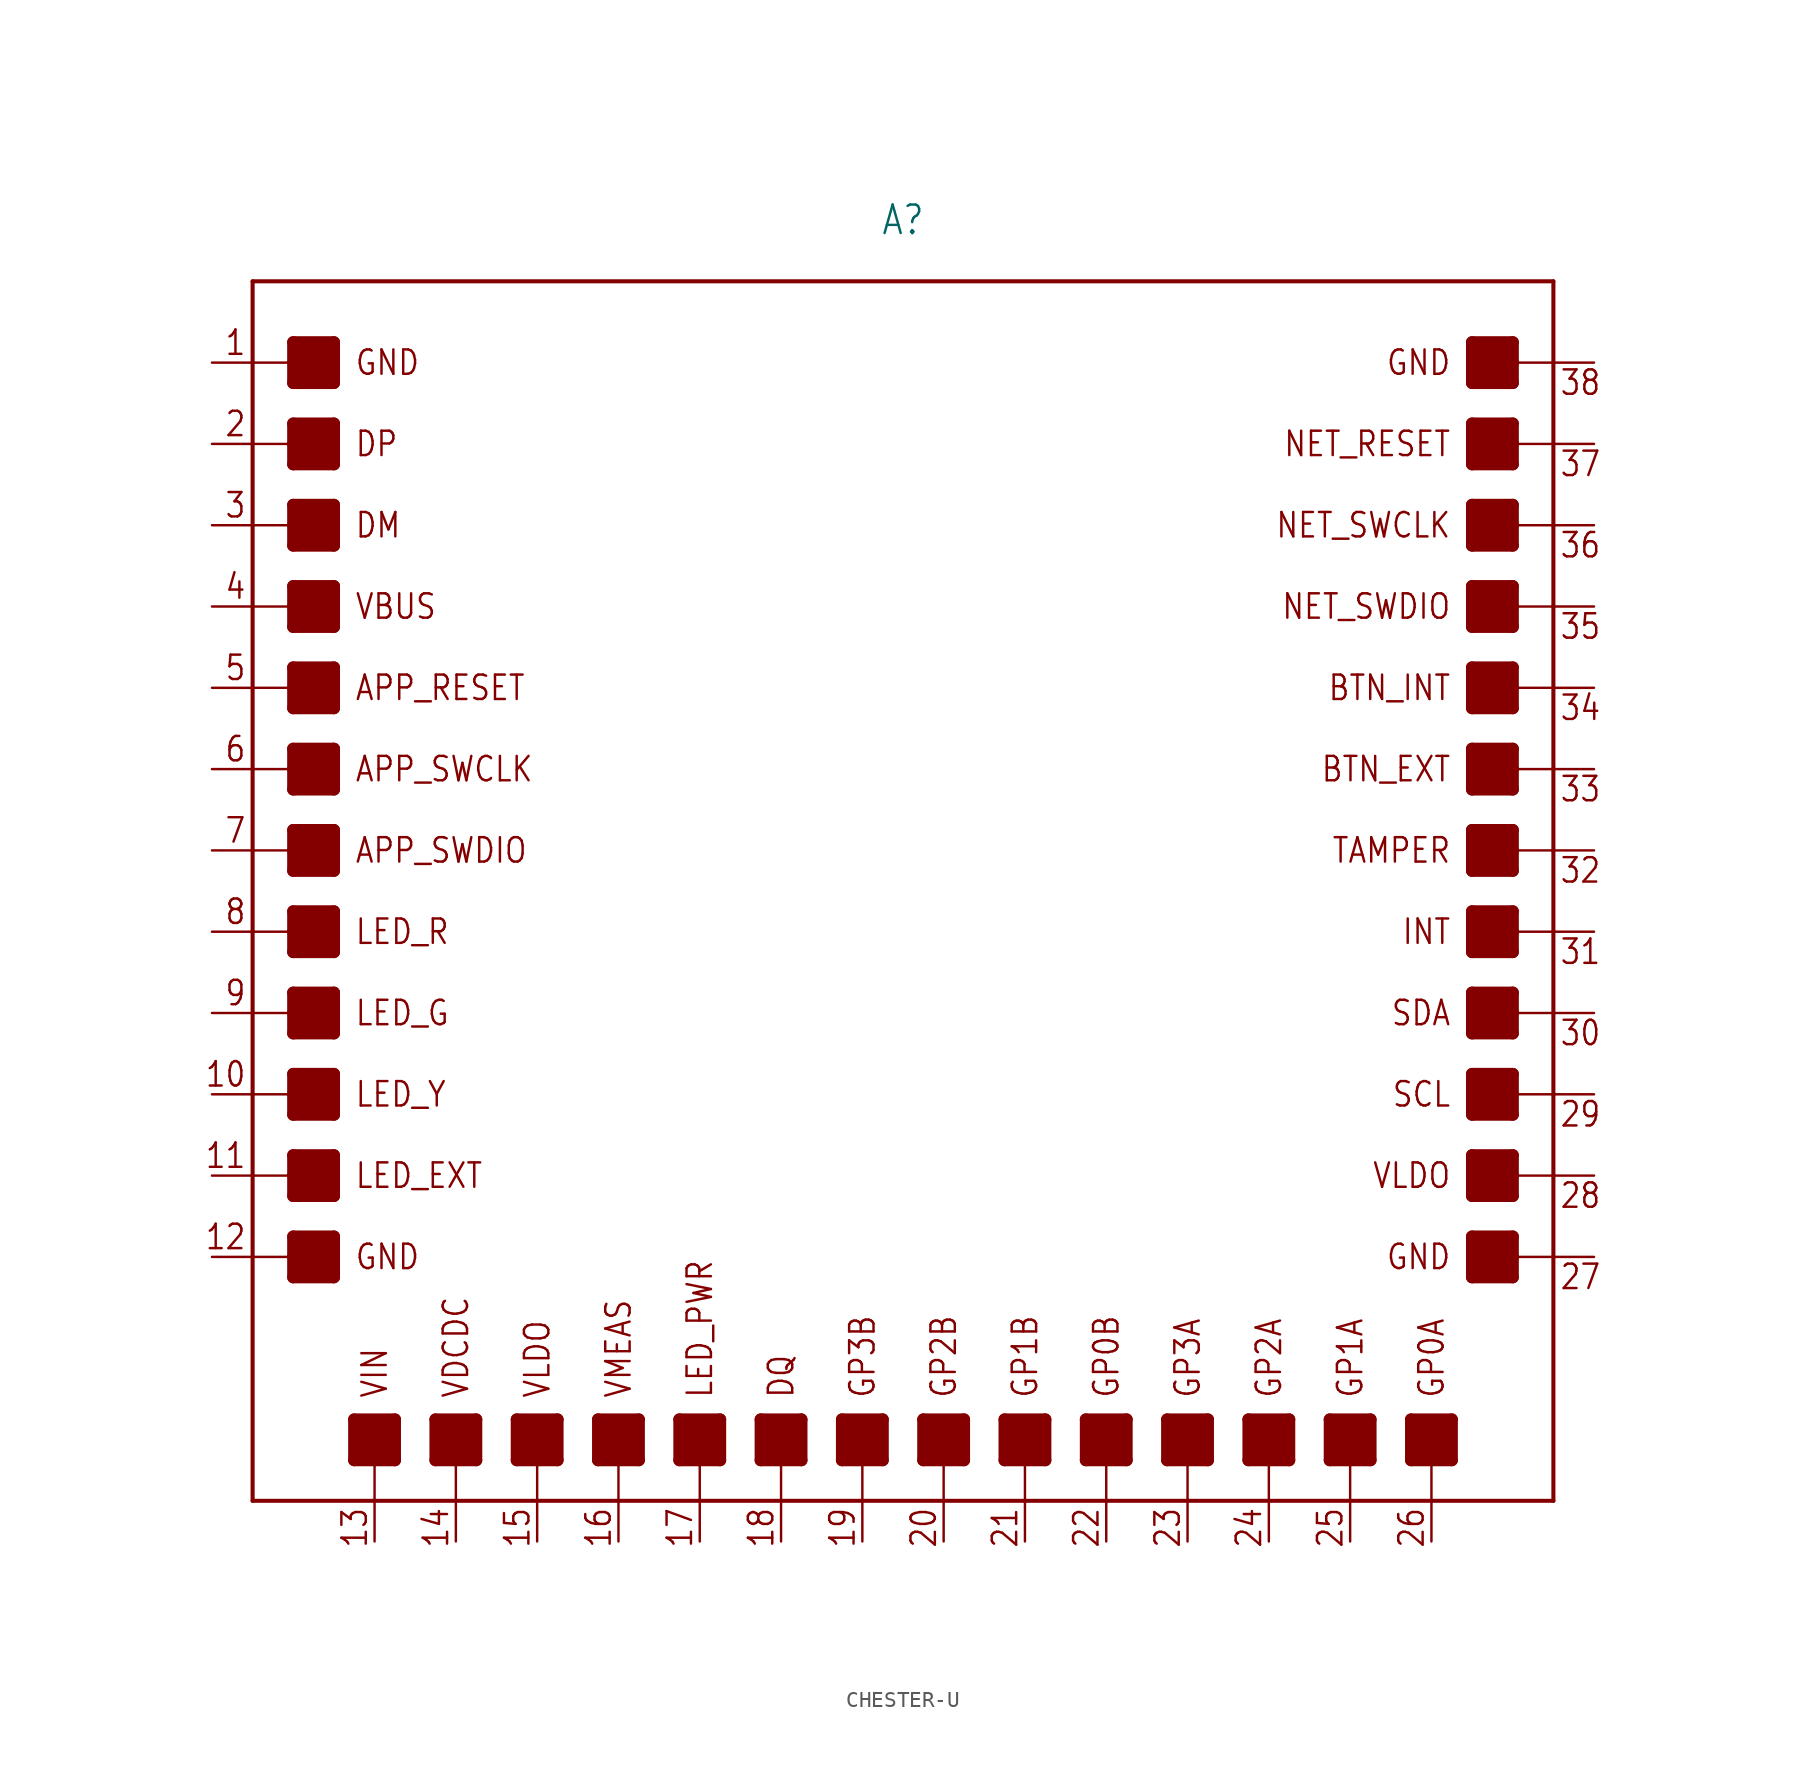
<source format=kicad_sym>
(kicad_symbol_lib
  (version 20231120)
  (generator "kicad_symbol_editor")
  (generator_version "8.0")
  (symbol "CHESTER-U"
    (property "Reference" "A"
      (at 0 40.894 0)
      (effects (font (size 1.778 1.511)) (justify bottom)))
    (property "Value" ""
      (at 0 40.386 0)
      (effects (font (size 1.778 1.511)) (justify top)))
    (property "ki_locked" ""
      (at 0 0 0)
      (effects (font (size 1.27 1.27))))
    (symbol "CHESTER-U_1_0"
      (rectangle (start -38.1 -24.13) (end -35.56 -21.59) (stroke (width 0) (type default)) (fill (type outline)))
      (rectangle (start -38.1 -19.05) (end -35.56 -16.51) (stroke (width 0) (type default)) (fill (type outline)))
      (rectangle (start -38.1 -13.97) (end -35.56 -11.43) (stroke (width 0) (type default)) (fill (type outline)))
      (rectangle (start -38.1 -8.89) (end -35.56 -6.35) (stroke (width 0) (type default)) (fill (type outline)))
      (rectangle (start -38.1 -3.81) (end -35.56 -1.27) (stroke (width 0) (type default)) (fill (type outline)))
      (rectangle (start -38.1 1.27) (end -35.56 3.81) (stroke (width 0) (type default)) (fill (type outline)))
      (rectangle (start -38.1 6.35) (end -35.56 8.89) (stroke (width 0) (type default)) (fill (type outline)))
      (rectangle (start -38.1 11.43) (end -35.56 13.97) (stroke (width 0) (type default)) (fill (type outline)))
      (rectangle (start -38.1 16.51) (end -35.56 19.05) (stroke (width 0) (type default)) (fill (type outline)))
      (rectangle (start -38.1 21.59) (end -35.56 24.13) (stroke (width 0) (type default)) (fill (type outline)))
      (rectangle (start -38.1 26.67) (end -35.56 29.21) (stroke (width 0) (type default)) (fill (type outline)))
      (rectangle (start -38.1 31.75) (end -35.56 34.29) (stroke (width 0) (type default)) (fill (type outline)))
      (rectangle (start -34.29 -33.02) (end -31.75 -35.56) (stroke (width 0) (type default)) (fill (type outline)))
      (rectangle (start -29.21 -33.02) (end -26.67 -35.56) (stroke (width 0) (type default)) (fill (type outline)))
      (rectangle (start -24.13 -33.02) (end -21.59 -35.56) (stroke (width 0) (type default)) (fill (type outline)))
      (rectangle (start -19.05 -33.02) (end -16.51 -35.56) (stroke (width 0) (type default)) (fill (type outline)))
      (rectangle (start -13.97 -33.02) (end -11.43 -35.56) (stroke (width 0) (type default)) (fill (type outline)))
      (rectangle (start -8.89 -33.02) (end -6.35 -35.56) (stroke (width 0) (type default)) (fill (type outline)))
      (rectangle (start -3.81 -33.02) (end -1.27 -35.56) (stroke (width 0) (type default)) (fill (type outline)))
      (polyline (pts (xy -40.64 -38.1) (xy -33.02 -38.1)) (stroke (width 0.254) (type solid)) (fill (type none)))
      (polyline (pts (xy -40.64 -22.86) (xy -40.64 -38.1)) (stroke (width 0.254) (type solid)) (fill (type none)))
      (polyline (pts (xy -40.64 -22.86) (xy -38.1 -22.86)) (stroke (width 0.152) (type solid)) (fill (type none)))
      (polyline (pts (xy -40.64 -17.78) (xy -40.64 -22.86)) (stroke (width 0.254) (type solid)) (fill (type none)))
      (polyline (pts (xy -40.64 -17.78) (xy -38.1 -17.78)) (stroke (width 0.152) (type solid)) (fill (type none)))
      (polyline (pts (xy -40.64 -12.7) (xy -40.64 -17.78)) (stroke (width 0.254) (type solid)) (fill (type none)))
      (polyline (pts (xy -40.64 -12.7) (xy -38.1 -12.7)) (stroke (width 0.152) (type solid)) (fill (type none)))
      (polyline (pts (xy -40.64 -7.62) (xy -40.64 -12.7)) (stroke (width 0.254) (type solid)) (fill (type none)))
      (polyline (pts (xy -40.64 -7.62) (xy -38.1 -7.62)) (stroke (width 0.152) (type solid)) (fill (type none)))
      (polyline (pts (xy -40.64 -2.54) (xy -40.64 -7.62)) (stroke (width 0.254) (type solid)) (fill (type none)))
      (polyline (pts (xy -40.64 -2.54) (xy -38.1 -2.54)) (stroke (width 0.152) (type solid)) (fill (type none)))
      (polyline (pts (xy -40.64 2.54) (xy -40.64 -2.54)) (stroke (width 0.254) (type solid)) (fill (type none)))
      (polyline (pts (xy -40.64 2.54) (xy -38.1 2.54)) (stroke (width 0.152) (type solid)) (fill (type none)))
      (polyline (pts (xy -40.64 7.62) (xy -40.64 2.54)) (stroke (width 0.254) (type solid)) (fill (type none)))
      (polyline (pts (xy -40.64 7.62) (xy -38.1 7.62)) (stroke (width 0.152) (type solid)) (fill (type none)))
      (polyline (pts (xy -40.64 12.7) (xy -40.64 7.62)) (stroke (width 0.254) (type solid)) (fill (type none)))
      (polyline (pts (xy -40.64 12.7) (xy -38.1 12.7)) (stroke (width 0.152) (type solid)) (fill (type none)))
      (polyline (pts (xy -40.64 17.78) (xy -40.64 12.7)) (stroke (width 0.254) (type solid)) (fill (type none)))
      (polyline (pts (xy -40.64 17.78) (xy -38.1 17.78)) (stroke (width 0.152) (type solid)) (fill (type none)))
      (polyline (pts (xy -40.64 22.86) (xy -40.64 17.78)) (stroke (width 0.254) (type solid)) (fill (type none)))
      (polyline (pts (xy -40.64 22.86) (xy -38.1 22.86)) (stroke (width 0.152) (type solid)) (fill (type none)))
      (polyline (pts (xy -40.64 27.94) (xy -40.64 22.86)) (stroke (width 0.254) (type solid)) (fill (type none)))
      (polyline (pts (xy -40.64 27.94) (xy -38.1 27.94)) (stroke (width 0.152) (type solid)) (fill (type none)))
      (polyline (pts (xy -40.64 33.02) (xy -40.64 27.94)) (stroke (width 0.254) (type solid)) (fill (type none)))
      (polyline (pts (xy -40.64 33.02) (xy -38.1 33.02)) (stroke (width 0.152) (type solid)) (fill (type none)))
      (polyline (pts (xy -40.64 38.1) (xy -40.64 33.02)) (stroke (width 0.254) (type solid)) (fill (type none)))
      (polyline (pts (xy -40.64 38.1) (xy 40.64 38.1)) (stroke (width 0.254) (type solid)) (fill (type none)))
      (polyline (pts (xy -38.1 -24.13) (xy -35.56 -24.13)) (stroke (width 0.762) (type solid)) (fill (type none)))
      (polyline (pts (xy -38.1 -22.86) (xy -38.1 -24.13)) (stroke (width 0.762) (type solid)) (fill (type none)))
      (polyline (pts (xy -38.1 -21.59) (xy -38.1 -22.86)) (stroke (width 0.762) (type solid)) (fill (type none)))
      (polyline (pts (xy -38.1 -21.59) (xy -35.56 -21.59)) (stroke (width 0.762) (type solid)) (fill (type none)))
      (polyline (pts (xy -38.1 -19.05) (xy -35.56 -19.05)) (stroke (width 0.762) (type solid)) (fill (type none)))
      (polyline (pts (xy -38.1 -17.78) (xy -38.1 -19.05)) (stroke (width 0.762) (type solid)) (fill (type none)))
      (polyline (pts (xy -38.1 -16.51) (xy -38.1 -17.78)) (stroke (width 0.762) (type solid)) (fill (type none)))
      (polyline (pts (xy -38.1 -16.51) (xy -35.56 -16.51)) (stroke (width 0.762) (type solid)) (fill (type none)))
      (polyline (pts (xy -38.1 -13.97) (xy -35.56 -13.97)) (stroke (width 0.762) (type solid)) (fill (type none)))
      (polyline (pts (xy -38.1 -12.7) (xy -38.1 -13.97)) (stroke (width 0.762) (type solid)) (fill (type none)))
      (polyline (pts (xy -38.1 -11.43) (xy -38.1 -12.7)) (stroke (width 0.762) (type solid)) (fill (type none)))
      (polyline (pts (xy -38.1 -11.43) (xy -35.56 -11.43)) (stroke (width 0.762) (type solid)) (fill (type none)))
      (polyline (pts (xy -38.1 -8.89) (xy -35.56 -8.89)) (stroke (width 0.762) (type solid)) (fill (type none)))
      (polyline (pts (xy -38.1 -7.62) (xy -38.1 -8.89)) (stroke (width 0.762) (type solid)) (fill (type none)))
      (polyline (pts (xy -38.1 -6.35) (xy -38.1 -7.62)) (stroke (width 0.762) (type solid)) (fill (type none)))
      (polyline (pts (xy -38.1 -6.35) (xy -35.56 -6.35)) (stroke (width 0.762) (type solid)) (fill (type none)))
      (polyline (pts (xy -38.1 -3.81) (xy -35.56 -3.81)) (stroke (width 0.762) (type solid)) (fill (type none)))
      (polyline (pts (xy -38.1 -2.54) (xy -38.1 -3.81)) (stroke (width 0.762) (type solid)) (fill (type none)))
      (polyline (pts (xy -38.1 -1.27) (xy -38.1 -2.54)) (stroke (width 0.762) (type solid)) (fill (type none)))
      (polyline (pts (xy -38.1 -1.27) (xy -35.56 -1.27)) (stroke (width 0.762) (type solid)) (fill (type none)))
      (polyline (pts (xy -38.1 1.27) (xy -35.56 1.27)) (stroke (width 0.762) (type solid)) (fill (type none)))
      (polyline (pts (xy -38.1 2.54) (xy -38.1 1.27)) (stroke (width 0.762) (type solid)) (fill (type none)))
      (polyline (pts (xy -38.1 3.81) (xy -38.1 2.54)) (stroke (width 0.762) (type solid)) (fill (type none)))
      (polyline (pts (xy -38.1 3.81) (xy -35.56 3.81)) (stroke (width 0.762) (type solid)) (fill (type none)))
      (polyline (pts (xy -38.1 6.35) (xy -35.56 6.35)) (stroke (width 0.762) (type solid)) (fill (type none)))
      (polyline (pts (xy -38.1 7.62) (xy -38.1 6.35)) (stroke (width 0.762) (type solid)) (fill (type none)))
      (polyline (pts (xy -38.1 8.89) (xy -38.1 7.62)) (stroke (width 0.762) (type solid)) (fill (type none)))
      (polyline (pts (xy -38.1 8.89) (xy -35.56 8.89)) (stroke (width 0.762) (type solid)) (fill (type none)))
      (polyline (pts (xy -38.1 11.43) (xy -35.56 11.43)) (stroke (width 0.762) (type solid)) (fill (type none)))
      (polyline (pts (xy -38.1 12.7) (xy -38.1 11.43)) (stroke (width 0.762) (type solid)) (fill (type none)))
      (polyline (pts (xy -38.1 13.97) (xy -38.1 12.7)) (stroke (width 0.762) (type solid)) (fill (type none)))
      (polyline (pts (xy -38.1 13.97) (xy -35.56 13.97)) (stroke (width 0.762) (type solid)) (fill (type none)))
      (polyline (pts (xy -38.1 16.51) (xy -35.56 16.51)) (stroke (width 0.762) (type solid)) (fill (type none)))
      (polyline (pts (xy -38.1 17.78) (xy -38.1 16.51)) (stroke (width 0.762) (type solid)) (fill (type none)))
      (polyline (pts (xy -38.1 19.05) (xy -38.1 17.78)) (stroke (width 0.762) (type solid)) (fill (type none)))
      (polyline (pts (xy -38.1 19.05) (xy -35.56 19.05)) (stroke (width 0.762) (type solid)) (fill (type none)))
      (polyline (pts (xy -38.1 21.59) (xy -35.56 21.59)) (stroke (width 0.762) (type solid)) (fill (type none)))
      (polyline (pts (xy -38.1 22.86) (xy -38.1 21.59)) (stroke (width 0.762) (type solid)) (fill (type none)))
      (polyline (pts (xy -38.1 24.13) (xy -38.1 22.86)) (stroke (width 0.762) (type solid)) (fill (type none)))
      (polyline (pts (xy -38.1 24.13) (xy -35.56 24.13)) (stroke (width 0.762) (type solid)) (fill (type none)))
      (polyline (pts (xy -38.1 26.67) (xy -35.56 26.67)) (stroke (width 0.762) (type solid)) (fill (type none)))
      (polyline (pts (xy -38.1 27.94) (xy -38.1 26.67)) (stroke (width 0.762) (type solid)) (fill (type none)))
      (polyline (pts (xy -38.1 29.21) (xy -38.1 27.94)) (stroke (width 0.762) (type solid)) (fill (type none)))
      (polyline (pts (xy -38.1 29.21) (xy -35.56 29.21)) (stroke (width 0.762) (type solid)) (fill (type none)))
      (polyline (pts (xy -38.1 31.75) (xy -35.56 31.75)) (stroke (width 0.762) (type solid)) (fill (type none)))
      (polyline (pts (xy -38.1 33.02) (xy -38.1 31.75)) (stroke (width 0.762) (type solid)) (fill (type none)))
      (polyline (pts (xy -38.1 34.29) (xy -38.1 33.02)) (stroke (width 0.762) (type solid)) (fill (type none)))
      (polyline (pts (xy -38.1 34.29) (xy -35.56 34.29)) (stroke (width 0.762) (type solid)) (fill (type none)))
      (polyline (pts (xy -35.56 -24.13) (xy -35.56 -21.59)) (stroke (width 0.762) (type solid)) (fill (type none)))
      (polyline (pts (xy -35.56 -19.05) (xy -35.56 -16.51)) (stroke (width 0.762) (type solid)) (fill (type none)))
      (polyline (pts (xy -35.56 -13.97) (xy -35.56 -11.43)) (stroke (width 0.762) (type solid)) (fill (type none)))
      (polyline (pts (xy -35.56 -8.89) (xy -35.56 -6.35)) (stroke (width 0.762) (type solid)) (fill (type none)))
      (polyline (pts (xy -35.56 -3.81) (xy -35.56 -1.27)) (stroke (width 0.762) (type solid)) (fill (type none)))
      (polyline (pts (xy -35.56 1.27) (xy -35.56 3.81)) (stroke (width 0.762) (type solid)) (fill (type none)))
      (polyline (pts (xy -35.56 6.35) (xy -35.56 8.89)) (stroke (width 0.762) (type solid)) (fill (type none)))
      (polyline (pts (xy -35.56 11.43) (xy -35.56 13.97)) (stroke (width 0.762) (type solid)) (fill (type none)))
      (polyline (pts (xy -35.56 16.51) (xy -35.56 19.05)) (stroke (width 0.762) (type solid)) (fill (type none)))
      (polyline (pts (xy -35.56 21.59) (xy -35.56 24.13)) (stroke (width 0.762) (type solid)) (fill (type none)))
      (polyline (pts (xy -35.56 26.67) (xy -35.56 29.21)) (stroke (width 0.762) (type solid)) (fill (type none)))
      (polyline (pts (xy -35.56 31.75) (xy -35.56 34.29)) (stroke (width 0.762) (type solid)) (fill (type none)))
      (polyline (pts (xy -34.29 -35.56) (xy -34.29 -33.02)) (stroke (width 0.762) (type solid)) (fill (type none)))
      (polyline (pts (xy -34.29 -35.56) (xy -33.02 -35.56)) (stroke (width 0.762) (type solid)) (fill (type none)))
      (polyline (pts (xy -33.02 -38.1) (xy -33.02 -35.56)) (stroke (width 0.152) (type solid)) (fill (type none)))
      (polyline (pts (xy -33.02 -38.1) (xy -27.94 -38.1)) (stroke (width 0.254) (type solid)) (fill (type none)))
      (polyline (pts (xy -33.02 -35.56) (xy -31.75 -35.56)) (stroke (width 0.762) (type solid)) (fill (type none)))
      (polyline (pts (xy -31.75 -35.56) (xy -31.75 -33.02)) (stroke (width 0.762) (type solid)) (fill (type none)))
      (polyline (pts (xy -31.75 -33.02) (xy -34.29 -33.02)) (stroke (width 0.762) (type solid)) (fill (type none)))
      (polyline (pts (xy -29.21 -35.56) (xy -29.21 -33.02)) (stroke (width 0.762) (type solid)) (fill (type none)))
      (polyline (pts (xy -29.21 -35.56) (xy -27.94 -35.56)) (stroke (width 0.762) (type solid)) (fill (type none)))
      (polyline (pts (xy -27.94 -38.1) (xy -27.94 -35.56)) (stroke (width 0.152) (type solid)) (fill (type none)))
      (polyline (pts (xy -27.94 -38.1) (xy -22.86 -38.1)) (stroke (width 0.254) (type solid)) (fill (type none)))
      (polyline (pts (xy -27.94 -35.56) (xy -26.67 -35.56)) (stroke (width 0.762) (type solid)) (fill (type none)))
      (polyline (pts (xy -26.67 -35.56) (xy -26.67 -33.02)) (stroke (width 0.762) (type solid)) (fill (type none)))
      (polyline (pts (xy -26.67 -33.02) (xy -29.21 -33.02)) (stroke (width 0.762) (type solid)) (fill (type none)))
      (polyline (pts (xy -24.13 -35.56) (xy -24.13 -33.02)) (stroke (width 0.762) (type solid)) (fill (type none)))
      (polyline (pts (xy -24.13 -35.56) (xy -22.86 -35.56)) (stroke (width 0.762) (type solid)) (fill (type none)))
      (polyline (pts (xy -22.86 -38.1) (xy -22.86 -35.56)) (stroke (width 0.152) (type solid)) (fill (type none)))
      (polyline (pts (xy -22.86 -38.1) (xy -17.78 -38.1)) (stroke (width 0.254) (type solid)) (fill (type none)))
      (polyline (pts (xy -22.86 -35.56) (xy -21.59 -35.56)) (stroke (width 0.762) (type solid)) (fill (type none)))
      (polyline (pts (xy -21.59 -35.56) (xy -21.59 -33.02)) (stroke (width 0.762) (type solid)) (fill (type none)))
      (polyline (pts (xy -21.59 -33.02) (xy -24.13 -33.02)) (stroke (width 0.762) (type solid)) (fill (type none)))
      (polyline (pts (xy -19.05 -35.56) (xy -19.05 -33.02)) (stroke (width 0.762) (type solid)) (fill (type none)))
      (polyline (pts (xy -19.05 -35.56) (xy -17.78 -35.56)) (stroke (width 0.762) (type solid)) (fill (type none)))
      (polyline (pts (xy -17.78 -38.1) (xy -17.78 -35.56)) (stroke (width 0.152) (type solid)) (fill (type none)))
      (polyline (pts (xy -17.78 -38.1) (xy -12.7 -38.1)) (stroke (width 0.254) (type solid)) (fill (type none)))
      (polyline (pts (xy -17.78 -35.56) (xy -16.51 -35.56)) (stroke (width 0.762) (type solid)) (fill (type none)))
      (polyline (pts (xy -16.51 -35.56) (xy -16.51 -33.02)) (stroke (width 0.762) (type solid)) (fill (type none)))
      (polyline (pts (xy -16.51 -33.02) (xy -19.05 -33.02)) (stroke (width 0.762) (type solid)) (fill (type none)))
      (polyline (pts (xy -13.97 -35.56) (xy -13.97 -33.02)) (stroke (width 0.762) (type solid)) (fill (type none)))
      (polyline (pts (xy -13.97 -35.56) (xy -12.7 -35.56)) (stroke (width 0.762) (type solid)) (fill (type none)))
      (polyline (pts (xy -12.7 -38.1) (xy -12.7 -35.56)) (stroke (width 0.152) (type solid)) (fill (type none)))
      (polyline (pts (xy -12.7 -38.1) (xy -7.62 -38.1)) (stroke (width 0.254) (type solid)) (fill (type none)))
      (polyline (pts (xy -12.7 -35.56) (xy -11.43 -35.56)) (stroke (width 0.762) (type solid)) (fill (type none)))
      (polyline (pts (xy -11.43 -35.56) (xy -11.43 -33.02)) (stroke (width 0.762) (type solid)) (fill (type none)))
      (polyline (pts (xy -11.43 -33.02) (xy -13.97 -33.02)) (stroke (width 0.762) (type solid)) (fill (type none)))
      (polyline (pts (xy -8.89 -35.56) (xy -8.89 -33.02)) (stroke (width 0.762) (type solid)) (fill (type none)))
      (polyline (pts (xy -8.89 -35.56) (xy -7.62 -35.56)) (stroke (width 0.762) (type solid)) (fill (type none)))
      (polyline (pts (xy -7.62 -38.1) (xy -7.62 -35.56)) (stroke (width 0.152) (type solid)) (fill (type none)))
      (polyline (pts (xy -7.62 -38.1) (xy -2.54 -38.1)) (stroke (width 0.254) (type solid)) (fill (type none)))
      (polyline (pts (xy -7.62 -35.56) (xy -6.35 -35.56)) (stroke (width 0.762) (type solid)) (fill (type none)))
      (polyline (pts (xy -6.35 -35.56) (xy -6.35 -33.02)) (stroke (width 0.762) (type solid)) (fill (type none)))
      (polyline (pts (xy -6.35 -33.02) (xy -8.89 -33.02)) (stroke (width 0.762) (type solid)) (fill (type none)))
      (polyline (pts (xy -3.81 -35.56) (xy -3.81 -33.02)) (stroke (width 0.762) (type solid)) (fill (type none)))
      (polyline (pts (xy -3.81 -35.56) (xy -2.54 -35.56)) (stroke (width 0.762) (type solid)) (fill (type none)))
      (polyline (pts (xy -2.54 -38.1) (xy -2.54 -35.56)) (stroke (width 0.152) (type solid)) (fill (type none)))
      (polyline (pts (xy -2.54 -38.1) (xy 2.54 -38.1)) (stroke (width 0.254) (type solid)) (fill (type none)))
      (polyline (pts (xy -2.54 -35.56) (xy -1.27 -35.56)) (stroke (width 0.762) (type solid)) (fill (type none)))
      (polyline (pts (xy -1.27 -35.56) (xy -1.27 -33.02)) (stroke (width 0.762) (type solid)) (fill (type none)))
      (polyline (pts (xy -1.27 -33.02) (xy -3.81 -33.02)) (stroke (width 0.762) (type solid)) (fill (type none)))
      (polyline (pts (xy 1.27 -35.56) (xy 1.27 -33.02)) (stroke (width 0.762) (type solid)) (fill (type none)))
      (polyline (pts (xy 1.27 -35.56) (xy 2.54 -35.56)) (stroke (width 0.762) (type solid)) (fill (type none)))
      (polyline (pts (xy 2.54 -38.1) (xy 2.54 -35.56)) (stroke (width 0.152) (type solid)) (fill (type none)))
      (polyline (pts (xy 2.54 -38.1) (xy 7.62 -38.1)) (stroke (width 0.254) (type solid)) (fill (type none)))
      (polyline (pts (xy 2.54 -35.56) (xy 3.81 -35.56)) (stroke (width 0.762) (type solid)) (fill (type none)))
      (polyline (pts (xy 3.81 -35.56) (xy 3.81 -33.02)) (stroke (width 0.762) (type solid)) (fill (type none)))
      (polyline (pts (xy 3.81 -33.02) (xy 1.27 -33.02)) (stroke (width 0.762) (type solid)) (fill (type none)))
      (polyline (pts (xy 6.35 -35.56) (xy 6.35 -33.02)) (stroke (width 0.762) (type solid)) (fill (type none)))
      (polyline (pts (xy 6.35 -35.56) (xy 7.62 -35.56)) (stroke (width 0.762) (type solid)) (fill (type none)))
      (polyline (pts (xy 7.62 -38.1) (xy 7.62 -35.56)) (stroke (width 0.152) (type solid)) (fill (type none)))
      (polyline (pts (xy 7.62 -38.1) (xy 12.7 -38.1)) (stroke (width 0.254) (type solid)) (fill (type none)))
      (polyline (pts (xy 7.62 -35.56) (xy 8.89 -35.56)) (stroke (width 0.762) (type solid)) (fill (type none)))
      (polyline (pts (xy 8.89 -35.56) (xy 8.89 -33.02)) (stroke (width 0.762) (type solid)) (fill (type none)))
      (polyline (pts (xy 8.89 -33.02) (xy 6.35 -33.02)) (stroke (width 0.762) (type solid)) (fill (type none)))
      (polyline (pts (xy 11.43 -35.56) (xy 11.43 -33.02)) (stroke (width 0.762) (type solid)) (fill (type none)))
      (polyline (pts (xy 11.43 -35.56) (xy 12.7 -35.56)) (stroke (width 0.762) (type solid)) (fill (type none)))
      (polyline (pts (xy 12.7 -38.1) (xy 12.7 -35.56)) (stroke (width 0.152) (type solid)) (fill (type none)))
      (polyline (pts (xy 12.7 -38.1) (xy 17.78 -38.1)) (stroke (width 0.254) (type solid)) (fill (type none)))
      (polyline (pts (xy 12.7 -35.56) (xy 13.97 -35.56)) (stroke (width 0.762) (type solid)) (fill (type none)))
      (polyline (pts (xy 13.97 -35.56) (xy 13.97 -33.02)) (stroke (width 0.762) (type solid)) (fill (type none)))
      (polyline (pts (xy 13.97 -33.02) (xy 11.43 -33.02)) (stroke (width 0.762) (type solid)) (fill (type none)))
      (polyline (pts (xy 16.51 -35.56) (xy 16.51 -33.02)) (stroke (width 0.762) (type solid)) (fill (type none)))
      (polyline (pts (xy 16.51 -35.56) (xy 17.78 -35.56)) (stroke (width 0.762) (type solid)) (fill (type none)))
      (polyline (pts (xy 17.78 -38.1) (xy 17.78 -35.56)) (stroke (width 0.152) (type solid)) (fill (type none)))
      (polyline (pts (xy 17.78 -38.1) (xy 22.86 -38.1)) (stroke (width 0.254) (type solid)) (fill (type none)))
      (polyline (pts (xy 17.78 -35.56) (xy 19.05 -35.56)) (stroke (width 0.762) (type solid)) (fill (type none)))
      (polyline (pts (xy 19.05 -35.56) (xy 19.05 -33.02)) (stroke (width 0.762) (type solid)) (fill (type none)))
      (polyline (pts (xy 19.05 -33.02) (xy 16.51 -33.02)) (stroke (width 0.762) (type solid)) (fill (type none)))
      (polyline (pts (xy 21.59 -35.56) (xy 21.59 -33.02)) (stroke (width 0.762) (type solid)) (fill (type none)))
      (polyline (pts (xy 21.59 -35.56) (xy 22.86 -35.56)) (stroke (width 0.762) (type solid)) (fill (type none)))
      (polyline (pts (xy 22.86 -38.1) (xy 22.86 -35.56)) (stroke (width 0.152) (type solid)) (fill (type none)))
      (polyline (pts (xy 22.86 -38.1) (xy 27.94 -38.1)) (stroke (width 0.254) (type solid)) (fill (type none)))
      (polyline (pts (xy 22.86 -35.56) (xy 24.13 -35.56)) (stroke (width 0.762) (type solid)) (fill (type none)))
      (polyline (pts (xy 24.13 -35.56) (xy 24.13 -33.02)) (stroke (width 0.762) (type solid)) (fill (type none)))
      (polyline (pts (xy 24.13 -33.02) (xy 21.59 -33.02)) (stroke (width 0.762) (type solid)) (fill (type none)))
      (polyline (pts (xy 26.67 -35.56) (xy 26.67 -33.02)) (stroke (width 0.762) (type solid)) (fill (type none)))
      (polyline (pts (xy 26.67 -35.56) (xy 27.94 -35.56)) (stroke (width 0.762) (type solid)) (fill (type none)))
      (polyline (pts (xy 27.94 -38.1) (xy 27.94 -35.56)) (stroke (width 0.152) (type solid)) (fill (type none)))
      (polyline (pts (xy 27.94 -38.1) (xy 33.02 -38.1)) (stroke (width 0.254) (type solid)) (fill (type none)))
      (polyline (pts (xy 27.94 -35.56) (xy 29.21 -35.56)) (stroke (width 0.762) (type solid)) (fill (type none)))
      (polyline (pts (xy 29.21 -35.56) (xy 29.21 -33.02)) (stroke (width 0.762) (type solid)) (fill (type none)))
      (polyline (pts (xy 29.21 -33.02) (xy 26.67 -33.02)) (stroke (width 0.762) (type solid)) (fill (type none)))
      (polyline (pts (xy 31.75 -35.56) (xy 31.75 -33.02)) (stroke (width 0.762) (type solid)) (fill (type none)))
      (polyline (pts (xy 31.75 -35.56) (xy 33.02 -35.56)) (stroke (width 0.762) (type solid)) (fill (type none)))
      (polyline (pts (xy 33.02 -38.1) (xy 33.02 -35.56)) (stroke (width 0.152) (type solid)) (fill (type none)))
      (polyline (pts (xy 33.02 -38.1) (xy 40.64 -38.1)) (stroke (width 0.254) (type solid)) (fill (type none)))
      (polyline (pts (xy 33.02 -35.56) (xy 34.29 -35.56)) (stroke (width 0.762) (type solid)) (fill (type none)))
      (polyline (pts (xy 34.29 -35.56) (xy 34.29 -33.02)) (stroke (width 0.762) (type solid)) (fill (type none)))
      (polyline (pts (xy 34.29 -33.02) (xy 31.75 -33.02)) (stroke (width 0.762) (type solid)) (fill (type none)))
      (polyline (pts (xy 35.56 -21.59) (xy 35.56 -24.13)) (stroke (width 0.762) (type solid)) (fill (type none)))
      (polyline (pts (xy 35.56 -16.51) (xy 35.56 -19.05)) (stroke (width 0.762) (type solid)) (fill (type none)))
      (polyline (pts (xy 35.56 -11.43) (xy 35.56 -13.97)) (stroke (width 0.762) (type solid)) (fill (type none)))
      (polyline (pts (xy 35.56 -6.35) (xy 35.56 -8.89)) (stroke (width 0.762) (type solid)) (fill (type none)))
      (polyline (pts (xy 35.56 -1.27) (xy 35.56 -3.81)) (stroke (width 0.762) (type solid)) (fill (type none)))
      (polyline (pts (xy 35.56 3.81) (xy 35.56 1.27)) (stroke (width 0.762) (type solid)) (fill (type none)))
      (polyline (pts (xy 35.56 8.89) (xy 35.56 6.35)) (stroke (width 0.762) (type solid)) (fill (type none)))
      (polyline (pts (xy 35.56 13.97) (xy 35.56 11.43)) (stroke (width 0.762) (type solid)) (fill (type none)))
      (polyline (pts (xy 35.56 19.05) (xy 35.56 16.51)) (stroke (width 0.762) (type solid)) (fill (type none)))
      (polyline (pts (xy 35.56 24.13) (xy 35.56 21.59)) (stroke (width 0.762) (type solid)) (fill (type none)))
      (polyline (pts (xy 35.56 29.21) (xy 35.56 26.67)) (stroke (width 0.762) (type solid)) (fill (type none)))
      (polyline (pts (xy 35.56 34.29) (xy 35.56 31.75)) (stroke (width 0.762) (type solid)) (fill (type none)))
      (polyline (pts (xy 38.1 -24.13) (xy 35.56 -24.13)) (stroke (width 0.762) (type solid)) (fill (type none)))
      (polyline (pts (xy 38.1 -24.13) (xy 38.1 -22.86)) (stroke (width 0.762) (type solid)) (fill (type none)))
      (polyline (pts (xy 38.1 -22.86) (xy 38.1 -21.59)) (stroke (width 0.762) (type solid)) (fill (type none)))
      (polyline (pts (xy 38.1 -21.59) (xy 35.56 -21.59)) (stroke (width 0.762) (type solid)) (fill (type none)))
      (polyline (pts (xy 38.1 -19.05) (xy 35.56 -19.05)) (stroke (width 0.762) (type solid)) (fill (type none)))
      (polyline (pts (xy 38.1 -19.05) (xy 38.1 -17.78)) (stroke (width 0.762) (type solid)) (fill (type none)))
      (polyline (pts (xy 38.1 -17.78) (xy 38.1 -16.51)) (stroke (width 0.762) (type solid)) (fill (type none)))
      (polyline (pts (xy 38.1 -16.51) (xy 35.56 -16.51)) (stroke (width 0.762) (type solid)) (fill (type none)))
      (polyline (pts (xy 38.1 -13.97) (xy 35.56 -13.97)) (stroke (width 0.762) (type solid)) (fill (type none)))
      (polyline (pts (xy 38.1 -13.97) (xy 38.1 -12.7)) (stroke (width 0.762) (type solid)) (fill (type none)))
      (polyline (pts (xy 38.1 -12.7) (xy 38.1 -11.43)) (stroke (width 0.762) (type solid)) (fill (type none)))
      (polyline (pts (xy 38.1 -11.43) (xy 35.56 -11.43)) (stroke (width 0.762) (type solid)) (fill (type none)))
      (polyline (pts (xy 38.1 -8.89) (xy 35.56 -8.89)) (stroke (width 0.762) (type solid)) (fill (type none)))
      (polyline (pts (xy 38.1 -8.89) (xy 38.1 -7.62)) (stroke (width 0.762) (type solid)) (fill (type none)))
      (polyline (pts (xy 38.1 -7.62) (xy 38.1 -6.35)) (stroke (width 0.762) (type solid)) (fill (type none)))
      (polyline (pts (xy 38.1 -6.35) (xy 35.56 -6.35)) (stroke (width 0.762) (type solid)) (fill (type none)))
      (polyline (pts (xy 38.1 -3.81) (xy 35.56 -3.81)) (stroke (width 0.762) (type solid)) (fill (type none)))
      (polyline (pts (xy 38.1 -3.81) (xy 38.1 -2.54)) (stroke (width 0.762) (type solid)) (fill (type none)))
      (polyline (pts (xy 38.1 -2.54) (xy 38.1 -1.27)) (stroke (width 0.762) (type solid)) (fill (type none)))
      (polyline (pts (xy 38.1 -1.27) (xy 35.56 -1.27)) (stroke (width 0.762) (type solid)) (fill (type none)))
      (polyline (pts (xy 38.1 1.27) (xy 35.56 1.27)) (stroke (width 0.762) (type solid)) (fill (type none)))
      (polyline (pts (xy 38.1 1.27) (xy 38.1 2.54)) (stroke (width 0.762) (type solid)) (fill (type none)))
      (polyline (pts (xy 38.1 2.54) (xy 38.1 3.81)) (stroke (width 0.762) (type solid)) (fill (type none)))
      (polyline (pts (xy 38.1 3.81) (xy 35.56 3.81)) (stroke (width 0.762) (type solid)) (fill (type none)))
      (polyline (pts (xy 38.1 6.35) (xy 35.56 6.35)) (stroke (width 0.762) (type solid)) (fill (type none)))
      (polyline (pts (xy 38.1 6.35) (xy 38.1 7.62)) (stroke (width 0.762) (type solid)) (fill (type none)))
      (polyline (pts (xy 38.1 7.62) (xy 38.1 8.89)) (stroke (width 0.762) (type solid)) (fill (type none)))
      (polyline (pts (xy 38.1 8.89) (xy 35.56 8.89)) (stroke (width 0.762) (type solid)) (fill (type none)))
      (polyline (pts (xy 38.1 11.43) (xy 35.56 11.43)) (stroke (width 0.762) (type solid)) (fill (type none)))
      (polyline (pts (xy 38.1 11.43) (xy 38.1 12.7)) (stroke (width 0.762) (type solid)) (fill (type none)))
      (polyline (pts (xy 38.1 12.7) (xy 38.1 13.97)) (stroke (width 0.762) (type solid)) (fill (type none)))
      (polyline (pts (xy 38.1 13.97) (xy 35.56 13.97)) (stroke (width 0.762) (type solid)) (fill (type none)))
      (polyline (pts (xy 38.1 16.51) (xy 35.56 16.51)) (stroke (width 0.762) (type solid)) (fill (type none)))
      (polyline (pts (xy 38.1 16.51) (xy 38.1 17.78)) (stroke (width 0.762) (type solid)) (fill (type none)))
      (polyline (pts (xy 38.1 17.78) (xy 38.1 19.05)) (stroke (width 0.762) (type solid)) (fill (type none)))
      (polyline (pts (xy 38.1 19.05) (xy 35.56 19.05)) (stroke (width 0.762) (type solid)) (fill (type none)))
      (polyline (pts (xy 38.1 21.59) (xy 35.56 21.59)) (stroke (width 0.762) (type solid)) (fill (type none)))
      (polyline (pts (xy 38.1 21.59) (xy 38.1 22.86)) (stroke (width 0.762) (type solid)) (fill (type none)))
      (polyline (pts (xy 38.1 22.86) (xy 38.1 24.13)) (stroke (width 0.762) (type solid)) (fill (type none)))
      (polyline (pts (xy 38.1 24.13) (xy 35.56 24.13)) (stroke (width 0.762) (type solid)) (fill (type none)))
      (polyline (pts (xy 38.1 26.67) (xy 35.56 26.67)) (stroke (width 0.762) (type solid)) (fill (type none)))
      (polyline (pts (xy 38.1 26.67) (xy 38.1 27.94)) (stroke (width 0.762) (type solid)) (fill (type none)))
      (polyline (pts (xy 38.1 27.94) (xy 38.1 29.21)) (stroke (width 0.762) (type solid)) (fill (type none)))
      (polyline (pts (xy 38.1 29.21) (xy 35.56 29.21)) (stroke (width 0.762) (type solid)) (fill (type none)))
      (polyline (pts (xy 38.1 31.75) (xy 35.56 31.75)) (stroke (width 0.762) (type solid)) (fill (type none)))
      (polyline (pts (xy 38.1 31.75) (xy 38.1 33.02)) (stroke (width 0.762) (type solid)) (fill (type none)))
      (polyline (pts (xy 38.1 33.02) (xy 38.1 34.29)) (stroke (width 0.762) (type solid)) (fill (type none)))
      (polyline (pts (xy 38.1 34.29) (xy 35.56 34.29)) (stroke (width 0.762) (type solid)) (fill (type none)))
      (polyline (pts (xy 40.64 -38.1) (xy 40.64 -22.86)) (stroke (width 0.254) (type solid)) (fill (type none)))
      (polyline (pts (xy 40.64 -22.86) (xy 38.1 -22.86)) (stroke (width 0.152) (type solid)) (fill (type none)))
      (polyline (pts (xy 40.64 -22.86) (xy 40.64 -17.78)) (stroke (width 0.254) (type solid)) (fill (type none)))
      (polyline (pts (xy 40.64 -17.78) (xy 38.1 -17.78)) (stroke (width 0.152) (type solid)) (fill (type none)))
      (polyline (pts (xy 40.64 -17.78) (xy 40.64 -12.7)) (stroke (width 0.254) (type solid)) (fill (type none)))
      (polyline (pts (xy 40.64 -12.7) (xy 38.1 -12.7)) (stroke (width 0.152) (type solid)) (fill (type none)))
      (polyline (pts (xy 40.64 -12.7) (xy 40.64 -7.62)) (stroke (width 0.254) (type solid)) (fill (type none)))
      (polyline (pts (xy 40.64 -7.62) (xy 38.1 -7.62)) (stroke (width 0.152) (type solid)) (fill (type none)))
      (polyline (pts (xy 40.64 -7.62) (xy 40.64 -2.54)) (stroke (width 0.254) (type solid)) (fill (type none)))
      (polyline (pts (xy 40.64 -2.54) (xy 38.1 -2.54)) (stroke (width 0.152) (type solid)) (fill (type none)))
      (polyline (pts (xy 40.64 -2.54) (xy 40.64 2.54)) (stroke (width 0.254) (type solid)) (fill (type none)))
      (polyline (pts (xy 40.64 2.54) (xy 38.1 2.54)) (stroke (width 0.152) (type solid)) (fill (type none)))
      (polyline (pts (xy 40.64 2.54) (xy 40.64 7.62)) (stroke (width 0.254) (type solid)) (fill (type none)))
      (polyline (pts (xy 40.64 7.62) (xy 38.1 7.62)) (stroke (width 0.152) (type solid)) (fill (type none)))
      (polyline (pts (xy 40.64 7.62) (xy 40.64 12.7)) (stroke (width 0.254) (type solid)) (fill (type none)))
      (polyline (pts (xy 40.64 12.7) (xy 38.1 12.7)) (stroke (width 0.152) (type solid)) (fill (type none)))
      (polyline (pts (xy 40.64 12.7) (xy 40.64 17.78)) (stroke (width 0.254) (type solid)) (fill (type none)))
      (polyline (pts (xy 40.64 17.78) (xy 38.1 17.78)) (stroke (width 0.152) (type solid)) (fill (type none)))
      (polyline (pts (xy 40.64 17.78) (xy 40.64 22.86)) (stroke (width 0.254) (type solid)) (fill (type none)))
      (polyline (pts (xy 40.64 22.86) (xy 38.1 22.86)) (stroke (width 0.152) (type solid)) (fill (type none)))
      (polyline (pts (xy 40.64 22.86) (xy 40.64 27.94)) (stroke (width 0.254) (type solid)) (fill (type none)))
      (polyline (pts (xy 40.64 27.94) (xy 38.1 27.94)) (stroke (width 0.152) (type solid)) (fill (type none)))
      (polyline (pts (xy 40.64 27.94) (xy 40.64 33.02)) (stroke (width 0.254) (type solid)) (fill (type none)))
      (polyline (pts (xy 40.64 33.02) (xy 38.1 33.02)) (stroke (width 0.152) (type solid)) (fill (type none)))
      (polyline (pts (xy 40.64 33.02) (xy 40.64 38.1)) (stroke (width 0.254) (type solid)) (fill (type none)))
      (rectangle (start 1.27 -33.02) (end 3.81 -35.56) (stroke (width 0) (type default)) (fill (type outline)))
      (rectangle (start 6.35 -33.02) (end 8.89 -35.56) (stroke (width 0) (type default)) (fill (type outline)))
      (rectangle (start 11.43 -33.02) (end 13.97 -35.56) (stroke (width 0) (type default)) (fill (type outline)))
      (rectangle (start 16.51 -33.02) (end 19.05 -35.56) (stroke (width 0) (type default)) (fill (type outline)))
      (rectangle (start 21.59 -33.02) (end 24.13 -35.56) (stroke (width 0) (type default)) (fill (type outline)))
      (rectangle (start 26.67 -33.02) (end 29.21 -35.56) (stroke (width 0) (type default)) (fill (type outline)))
      (rectangle (start 31.75 -33.02) (end 34.29 -35.56) (stroke (width 0) (type default)) (fill (type outline)))
      (rectangle (start 38.1 -21.59) (end 35.56 -24.13) (stroke (width 0) (type default)) (fill (type outline)))
      (rectangle (start 38.1 -16.51) (end 35.56 -19.05) (stroke (width 0) (type default)) (fill (type outline)))
      (rectangle (start 38.1 -11.43) (end 35.56 -13.97) (stroke (width 0) (type default)) (fill (type outline)))
      (rectangle (start 38.1 -6.35) (end 35.56 -8.89) (stroke (width 0) (type default)) (fill (type outline)))
      (rectangle (start 38.1 -1.27) (end 35.56 -3.81) (stroke (width 0) (type default)) (fill (type outline)))
      (rectangle (start 38.1 3.81) (end 35.56 1.27) (stroke (width 0) (type default)) (fill (type outline)))
      (rectangle (start 38.1 8.89) (end 35.56 6.35) (stroke (width 0) (type default)) (fill (type outline)))
      (rectangle (start 38.1 13.97) (end 35.56 11.43) (stroke (width 0) (type default)) (fill (type outline)))
      (rectangle (start 38.1 19.05) (end 35.56 16.51) (stroke (width 0) (type default)) (fill (type outline)))
      (rectangle (start 38.1 24.13) (end 35.56 21.59) (stroke (width 0) (type default)) (fill (type outline)))
      (rectangle (start 38.1 29.21) (end 35.56 26.67) (stroke (width 0) (type default)) (fill (type outline)))
      (rectangle (start 38.1 34.29) (end 35.56 31.75) (stroke (width 0) (type default)) (fill (type outline)))
      (text "1" (at -40.996 33.376 0) (effects (font (size 1.524 1.295)) (justify right bottom)))
      (text "10" (at -40.996 -12.344 0) (effects (font (size 1.524 1.295)) (justify right bottom)))
      (text "11" (at -40.996 -17.424 0) (effects (font (size 1.524 1.295)) (justify right bottom)))
      (text "12" (at -40.996 -22.504 0) (effects (font (size 1.524 1.295)) (justify right bottom)))
      (text "13" (at -33.376 -38.456 900) (effects (font (size 1.524 1.295)) (justify right bottom)))
      (text "14" (at -28.296 -38.456 900) (effects (font (size 1.524 1.295)) (justify right bottom)))
      (text "15" (at -23.216 -38.456 900) (effects (font (size 1.524 1.295)) (justify right bottom)))
      (text "16" (at -18.136 -38.456 900) (effects (font (size 1.524 1.295)) (justify right bottom)))
      (text "17" (at -13.056 -38.456 900) (effects (font (size 1.524 1.295)) (justify right bottom)))
      (text "18" (at -7.976 -38.456 900) (effects (font (size 1.524 1.295)) (justify right bottom)))
      (text "19" (at -2.896 -38.456 900) (effects (font (size 1.524 1.295)) (justify right bottom)))
      (text "2" (at -40.996 28.296 0) (effects (font (size 1.524 1.295)) (justify right bottom)))
      (text "20" (at 2.184 -38.456 900) (effects (font (size 1.524 1.295)) (justify right bottom)))
      (text "21" (at 7.264 -38.456 900) (effects (font (size 1.524 1.295)) (justify right bottom)))
      (text "22" (at 12.344 -38.456 900) (effects (font (size 1.524 1.295)) (justify right bottom)))
      (text "23" (at 17.424 -38.456 900) (effects (font (size 1.524 1.295)) (justify right bottom)))
      (text "24" (at 22.504 -38.456 900) (effects (font (size 1.524 1.295)) (justify right bottom)))
      (text "25" (at 27.584 -38.456 900) (effects (font (size 1.524 1.295)) (justify right bottom)))
      (text "26" (at 32.664 -38.456 900) (effects (font (size 1.524 1.295)) (justify right bottom)))
      (text "27" (at 40.996 -23.216 0) (effects (font (size 1.524 1.295)) (justify left top)))
      (text "28" (at 40.996 -18.136 0) (effects (font (size 1.524 1.295)) (justify left top)))
      (text "29" (at 40.996 -13.056 0) (effects (font (size 1.524 1.295)) (justify left top)))
      (text "3" (at -40.996 23.216 0) (effects (font (size 1.524 1.295)) (justify right bottom)))
      (text "30" (at 40.996 -7.976 0) (effects (font (size 1.524 1.295)) (justify left top)))
      (text "31" (at 40.996 -2.896 0) (effects (font (size 1.524 1.295)) (justify left top)))
      (text "32" (at 40.996 2.184 0) (effects (font (size 1.524 1.295)) (justify left top)))
      (text "33" (at 40.996 7.264 0) (effects (font (size 1.524 1.295)) (justify left top)))
      (text "34" (at 40.996 12.344 0) (effects (font (size 1.524 1.295)) (justify left top)))
      (text "35" (at 40.996 17.424 0) (effects (font (size 1.524 1.295)) (justify left top)))
      (text "36" (at 40.996 22.504 0) (effects (font (size 1.524 1.295)) (justify left top)))
      (text "37" (at 40.996 27.584 0) (effects (font (size 1.524 1.295)) (justify left top)))
      (text "38" (at 40.996 32.664 0) (effects (font (size 1.524 1.295)) (justify left top)))
      (text "4" (at -40.996 18.136 0) (effects (font (size 1.524 1.295)) (justify right bottom)))
      (text "5" (at -40.996 13.056 0) (effects (font (size 1.524 1.295)) (justify right bottom)))
      (text "6" (at -40.996 7.976 0) (effects (font (size 1.524 1.295)) (justify right bottom)))
      (text "7" (at -40.996 2.896 0) (effects (font (size 1.524 1.295)) (justify right bottom)))
      (text "8" (at -40.996 -2.184 0) (effects (font (size 1.524 1.295)) (justify right bottom)))
      (text "9" (at -40.996 -7.264 0) (effects (font (size 1.524 1.295)) (justify right bottom)))
      (text "APP_RESET" (at -34.29 12.7 0) (effects (font (size 1.524 1.295)) (justify left)))
      (text "APP_SWCLK" (at -34.29 7.62 0) (effects (font (size 1.524 1.295)) (justify left)))
      (text "APP_SWDIO" (at -34.29 2.54 0) (effects (font (size 1.524 1.295)) (justify left)))
      (text "BTN_EXT" (at 34.29 7.62 0) (effects (font (size 1.524 1.295)) (justify right)))
      (text "BTN_INT" (at 34.29 12.7 0) (effects (font (size 1.524 1.295)) (justify right)))
      (text "DM" (at -34.29 22.86 0) (effects (font (size 1.524 1.295)) (justify left)))
      (text "DP" (at -34.29 27.94 0) (effects (font (size 1.524 1.295)) (justify left)))
      (text "DQ" (at -7.62 -31.75 900) (effects (font (size 1.524 1.295)) (justify left)))
      (text "GND" (at -34.29 -22.86 0) (effects (font (size 1.524 1.295)) (justify left)))
      (text "GND" (at -34.29 33.02 0) (effects (font (size 1.524 1.295)) (justify left)))
      (text "GND" (at 34.29 -22.86 0) (effects (font (size 1.524 1.295)) (justify right)))
      (text "GND" (at 34.29 33.02 0) (effects (font (size 1.524 1.295)) (justify right)))
      (text "GP0A" (at 33.02 -31.75 900) (effects (font (size 1.524 1.295)) (justify left)))
      (text "GP0B" (at 12.7 -31.75 900) (effects (font (size 1.524 1.295)) (justify left)))
      (text "GP1A" (at 27.94 -31.75 900) (effects (font (size 1.524 1.295)) (justify left)))
      (text "GP1B" (at 7.62 -31.75 900) (effects (font (size 1.524 1.295)) (justify left)))
      (text "GP2A" (at 22.86 -31.75 900) (effects (font (size 1.524 1.295)) (justify left)))
      (text "GP2B" (at 2.54 -31.75 900) (effects (font (size 1.524 1.295)) (justify left)))
      (text "GP3A" (at 17.78 -31.75 900) (effects (font (size 1.524 1.295)) (justify left)))
      (text "GP3B" (at -2.54 -31.75 900) (effects (font (size 1.524 1.295)) (justify left)))
      (text "INT" (at 34.29 -2.54 0) (effects (font (size 1.524 1.295)) (justify right)))
      (text "LED_EXT" (at -34.29 -17.78 0) (effects (font (size 1.524 1.295)) (justify left)))
      (text "LED_G" (at -34.29 -7.62 0) (effects (font (size 1.524 1.295)) (justify left)))
      (text "LED_PWR" (at -12.7 -31.75 900) (effects (font (size 1.524 1.295)) (justify left)))
      (text "LED_R" (at -34.29 -2.54 0) (effects (font (size 1.524 1.295)) (justify left)))
      (text "LED_Y" (at -34.29 -12.7 0) (effects (font (size 1.524 1.295)) (justify left)))
      (text "NET_RESET" (at 34.29 27.94 0) (effects (font (size 1.524 1.295)) (justify right)))
      (text "NET_SWCLK" (at 34.29 22.86 0) (effects (font (size 1.524 1.295)) (justify right)))
      (text "NET_SWDIO" (at 34.29 17.78 0) (effects (font (size 1.524 1.295)) (justify right)))
      (text "SCL" (at 34.29 -12.7 0) (effects (font (size 1.524 1.295)) (justify right)))
      (text "SDA" (at 34.29 -7.62 0) (effects (font (size 1.524 1.295)) (justify right)))
      (text "TAMPER" (at 34.29 2.54 0) (effects (font (size 1.524 1.295)) (justify right)))
      (text "VBUS" (at -34.29 17.78 0) (effects (font (size 1.524 1.295)) (justify left)))
      (text "VDCDC" (at -27.94 -31.75 900) (effects (font (size 1.524 1.295)) (justify left)))
      (text "VIN" (at -33.02 -31.75 900) (effects (font (size 1.524 1.295)) (justify left)))
      (text "VLDO" (at -22.86 -31.75 900) (effects (font (size 1.524 1.295)) (justify left)))
      (text "VLDO" (at 34.29 -17.78 0) (effects (font (size 1.524 1.295)) (justify right)))
      (text "VMEAS" (at -17.78 -31.75 900) (effects (font (size 1.524 1.295)) (justify left)))
      (pin passive line (at -43.18 33.02 0) (length 2.54) (name "GND_1" (effects (font (size 0 0)))) (number "1" (effects (font (size 0 0)))))
      (pin passive line (at -43.18 -12.7 0) (length 2.54) (name "LED_Y" (effects (font (size 0 0)))) (number "10" (effects (font (size 0 0)))))
      (pin passive line (at -43.18 -17.78 0) (length 2.54) (name "LED_EXT" (effects (font (size 0 0)))) (number "11" (effects (font (size 0 0)))))
      (pin passive line (at -43.18 -22.86 0) (length 2.54) (name "GND_2" (effects (font (size 0 0)))) (number "12" (effects (font (size 0 0)))))
      (pin passive line (at -33.02 -40.64 90) (length 2.54) (name "VIN" (effects (font (size 0 0)))) (number "13" (effects (font (size 0 0)))))
      (pin passive line (at -27.94 -40.64 90) (length 2.54) (name "VDCDC" (effects (font (size 0 0)))) (number "14" (effects (font (size 0 0)))))
      (pin passive line (at -22.86 -40.64 90) (length 2.54) (name "VLDO_1" (effects (font (size 0 0)))) (number "15" (effects (font (size 0 0)))))
      (pin passive line (at -17.78 -40.64 90) (length 2.54) (name "VMEAS" (effects (font (size 0 0)))) (number "16" (effects (font (size 0 0)))))
      (pin passive line (at -12.7 -40.64 90) (length 2.54) (name "LED_PWR" (effects (font (size 0 0)))) (number "17" (effects (font (size 0 0)))))
      (pin passive line (at -7.62 -40.64 90) (length 2.54) (name "DQ" (effects (font (size 0 0)))) (number "18" (effects (font (size 0 0)))))
      (pin passive line (at -2.54 -40.64 90) (length 2.54) (name "GP3B" (effects (font (size 0 0)))) (number "19" (effects (font (size 0 0)))))
      (pin passive line (at -43.18 27.94 0) (length 2.54) (name "DP" (effects (font (size 0 0)))) (number "2" (effects (font (size 0 0)))))
      (pin passive line (at 2.54 -40.64 90) (length 2.54) (name "GP2B" (effects (font (size 0 0)))) (number "20" (effects (font (size 0 0)))))
      (pin passive line (at 7.62 -40.64 90) (length 2.54) (name "GP1B" (effects (font (size 0 0)))) (number "21" (effects (font (size 0 0)))))
      (pin passive line (at 12.7 -40.64 90) (length 2.54) (name "GP0B" (effects (font (size 0 0)))) (number "22" (effects (font (size 0 0)))))
      (pin passive line (at 17.78 -40.64 90) (length 2.54) (name "GP3A" (effects (font (size 0 0)))) (number "23" (effects (font (size 0 0)))))
      (pin passive line (at 22.86 -40.64 90) (length 2.54) (name "GP2A" (effects (font (size 0 0)))) (number "24" (effects (font (size 0 0)))))
      (pin passive line (at 27.94 -40.64 90) (length 2.54) (name "GP1A" (effects (font (size 0 0)))) (number "25" (effects (font (size 0 0)))))
      (pin passive line (at 33.02 -40.64 90) (length 2.54) (name "GP0A" (effects (font (size 0 0)))) (number "26" (effects (font (size 0 0)))))
      (pin passive line (at 43.18 -22.86 180) (length 2.54) (name "GND_3" (effects (font (size 0 0)))) (number "27" (effects (font (size 0 0)))))
      (pin passive line (at 43.18 -17.78 180) (length 2.54) (name "VLDO_2" (effects (font (size 0 0)))) (number "28" (effects (font (size 0 0)))))
      (pin passive line (at 43.18 -12.7 180) (length 2.54) (name "SCL" (effects (font (size 0 0)))) (number "29" (effects (font (size 0 0)))))
      (pin passive line (at -43.18 22.86 0) (length 2.54) (name "DM" (effects (font (size 0 0)))) (number "3" (effects (font (size 0 0)))))
      (pin passive line (at 43.18 -7.62 180) (length 2.54) (name "SDA" (effects (font (size 0 0)))) (number "30" (effects (font (size 0 0)))))
      (pin passive line (at 43.18 -2.54 180) (length 2.54) (name "INT" (effects (font (size 0 0)))) (number "31" (effects (font (size 0 0)))))
      (pin passive line (at 43.18 2.54 180) (length 2.54) (name "TAMPER" (effects (font (size 0 0)))) (number "32" (effects (font (size 0 0)))))
      (pin passive line (at 43.18 7.62 180) (length 2.54) (name "BTN_EXT" (effects (font (size 0 0)))) (number "33" (effects (font (size 0 0)))))
      (pin passive line (at 43.18 12.7 180) (length 2.54) (name "BTN_INT" (effects (font (size 0 0)))) (number "34" (effects (font (size 0 0)))))
      (pin passive line (at 43.18 17.78 180) (length 2.54) (name "NET_SWDIO" (effects (font (size 0 0)))) (number "35" (effects (font (size 0 0)))))
      (pin passive line (at 43.18 22.86 180) (length 2.54) (name "NET_SWCLK" (effects (font (size 0 0)))) (number "36" (effects (font (size 0 0)))))
      (pin passive line (at 43.18 27.94 180) (length 2.54) (name "NET_RESET" (effects (font (size 0 0)))) (number "37" (effects (font (size 0 0)))))
      (pin passive line (at 43.18 33.02 180) (length 2.54) (name "GND_4" (effects (font (size 0 0)))) (number "38" (effects (font (size 0 0)))))
      (pin passive line (at -43.18 17.78 0) (length 2.54) (name "VBUS" (effects (font (size 0 0)))) (number "4" (effects (font (size 0 0)))))
      (pin passive line (at -43.18 12.7 0) (length 2.54) (name "APP_RESET" (effects (font (size 0 0)))) (number "5" (effects (font (size 0 0)))))
      (pin passive line (at -43.18 7.62 0) (length 2.54) (name "APP_SWCLK" (effects (font (size 0 0)))) (number "6" (effects (font (size 0 0)))))
      (pin passive line (at -43.18 2.54 0) (length 2.54) (name "APP_SWDIO" (effects (font (size 0 0)))) (number "7" (effects (font (size 0 0)))))
      (pin passive line (at -43.18 -2.54 0) (length 2.54) (name "LED_R" (effects (font (size 0 0)))) (number "8" (effects (font (size 0 0)))))
      (pin passive line (at -43.18 -7.62 0) (length 2.54) (name "LED_G" (effects (font (size 0 0)))) (number "9" (effects (font (size 0 0))))))))
</source>
